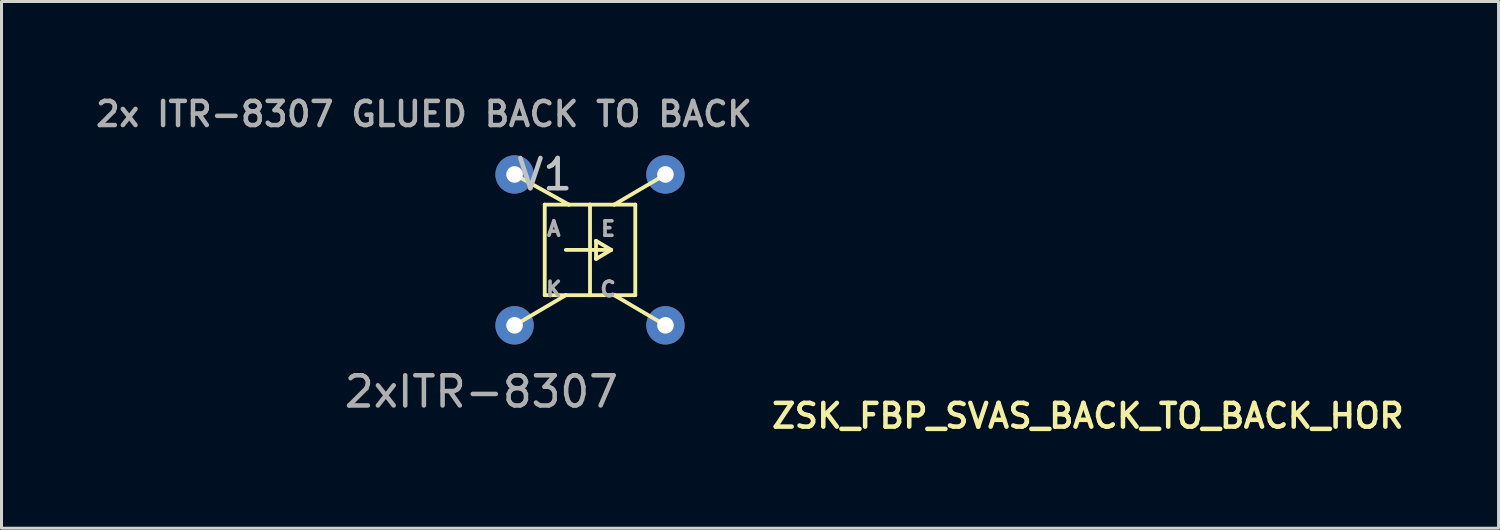
<source format=kicad_pcb>
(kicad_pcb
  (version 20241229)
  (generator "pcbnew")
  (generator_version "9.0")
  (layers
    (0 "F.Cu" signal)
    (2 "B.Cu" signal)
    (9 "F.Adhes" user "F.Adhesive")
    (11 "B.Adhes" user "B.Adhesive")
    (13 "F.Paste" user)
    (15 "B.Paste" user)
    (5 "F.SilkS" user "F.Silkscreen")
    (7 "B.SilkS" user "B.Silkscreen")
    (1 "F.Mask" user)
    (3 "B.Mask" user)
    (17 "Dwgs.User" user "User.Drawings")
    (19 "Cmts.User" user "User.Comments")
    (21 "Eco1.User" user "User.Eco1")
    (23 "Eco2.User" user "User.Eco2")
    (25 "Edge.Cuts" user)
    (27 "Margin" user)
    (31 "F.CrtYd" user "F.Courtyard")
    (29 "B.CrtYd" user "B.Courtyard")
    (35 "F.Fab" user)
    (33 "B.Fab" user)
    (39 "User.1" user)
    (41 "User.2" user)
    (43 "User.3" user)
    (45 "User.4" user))
  (footprint "ZSK_FBP_SVAS_BACK_TO_BACK_HOR"
    (layer "F.Cu")
    (at 33.002 10.731)
    (property "Reference" "ZSK_FBP_SVAS_BACK_TO_BACK_HOR" (at 0 0 0) (layer "F.SilkS") (effects (font (size 0.787 0.787) (thickness 0.15))))
    (attr through_hole)
    (fp_line (start -18 -7) (end -18 -4) (stroke (width 0.127) (type solid)) (layer "F.SilkS"))
    (fp_line (start -18 -4) (end -17.3 -4) (stroke (width 0.127) (type solid)) (layer "F.SilkS"))
    (fp_line (start -17.3 -5.5) (end -15.8 -5.5) (stroke (width 0.127) (type solid)) (layer "F.SilkS"))
    (fp_line (start -17.3 -4) (end -19 -3) (stroke (width 0.127) (type solid)) (layer "F.SilkS"))
    (fp_line (start -17.3 -4) (end -16.5 -4) (stroke (width 0.127) (type solid)) (layer "F.SilkS"))
    (fp_line (start -17.2 -7) (end -19 -8) (stroke (width 0.127) (type solid)) (layer "F.SilkS"))
    (fp_line (start -17.2 -7) (end -18 -7) (stroke (width 0.127) (type solid)) (layer "F.SilkS"))
    (fp_line (start -16.5 -7) (end -17.2 -7) (stroke (width 0.127) (type solid)) (layer "F.SilkS"))
    (fp_line (start -16.5 -7) (end -16.5 -4) (stroke (width 0.127) (type solid)) (layer "F.SilkS"))
    (fp_line (start -16.5 -4) (end -15.7 -4) (stroke (width 0.127) (type solid)) (layer "F.SilkS"))
    (fp_line (start -16.3 -5.8) (end -16.3 -5.2) (stroke (width 0.127) (type solid)) (layer "F.SilkS"))
    (fp_line (start -16.3 -5.2) (end -15.8 -5.5) (stroke (width 0.127) (type solid)) (layer "F.SilkS"))
    (fp_line (start -15.8 -5.5) (end -16.3 -5.8) (stroke (width 0.127) (type solid)) (layer "F.SilkS"))
    (fp_line (start -15.7 -7) (end -16.5 -7) (stroke (width 0.127) (type solid)) (layer "F.SilkS"))
    (fp_line (start -15.7 -7) (end -14 -8) (stroke (width 0.127) (type solid)) (layer "F.SilkS"))
    (fp_line (start -15.7 -4) (end -15 -4) (stroke (width 0.127) (type solid)) (layer "F.SilkS"))
    (fp_line (start -15.7 -4) (end -14 -3) (stroke (width 0.127) (type solid)) (layer "F.SilkS"))
    (fp_line (start -15 -7) (end -15.7 -7) (stroke (width 0.127) (type solid)) (layer "F.SilkS"))
    (fp_line (start -15 -4) (end -15 -7) (stroke (width 0.127) (type solid)) (layer "F.SilkS"))
    (fp_text user "V1" (at -18 -8 0) (layer "Dwgs.User") (effects (font (size 1 1) (thickness 0.15))))
    (fp_text user "A" (at -17.7 -6.2 0) (layer "F.Fab") (effects (font (size 0.48 0.48) (thickness 0.15))))
    (fp_text user "2xITR-8307" (at -20.1 -0.8 0) (layer "F.Fab") (effects (font (size 1 1) (thickness 0.15))))
    (fp_text user "E" (at -15.9 -6.2 0) (layer "F.Fab") (effects (font (size 0.48 0.48) (thickness 0.15))))
    (fp_text user "2x ITR-8307 GLUED BACK TO BACK" (at -22 -10 0) (layer "F.Fab") (effects (font (size 0.8 0.8) (thickness 0.15))))
    (fp_text user "K" (at -17.7 -4.2 0) (layer "F.Fab") (effects (font (size 0.48 0.48) (thickness 0.15))))
    (fp_text user "C" (at -15.9 -4.2 0) (layer "F.Fab") (effects (font (size 0.48 0.48) (thickness 0.15))))
    (pad "A" thru_hole circle (at -19 -8) (size 1.27 1.27) (drill 0.55) (layers "*.Cu" "*.Mask"))
    (pad "C" thru_hole circle (at -14 -3) (size 1.27 1.27) (drill 0.55) (layers "*.Cu" "*.Mask"))
    (pad "E" thru_hole circle (at -14 -8) (size 1.27 1.27) (drill 0.55) (layers "*.Cu" "*.Mask"))
    (pad "K" thru_hole circle (at -19 -3) (size 1.27 1.27) (drill 0.55) (layers "*.Cu" "*.Mask")))
  (gr_rect
    (start -3 -3)
    (end 46.61 14.455)
    (stroke (width 0.1) (type default))
    (fill no)
    (layer "Edge.Cuts")))
</source>
